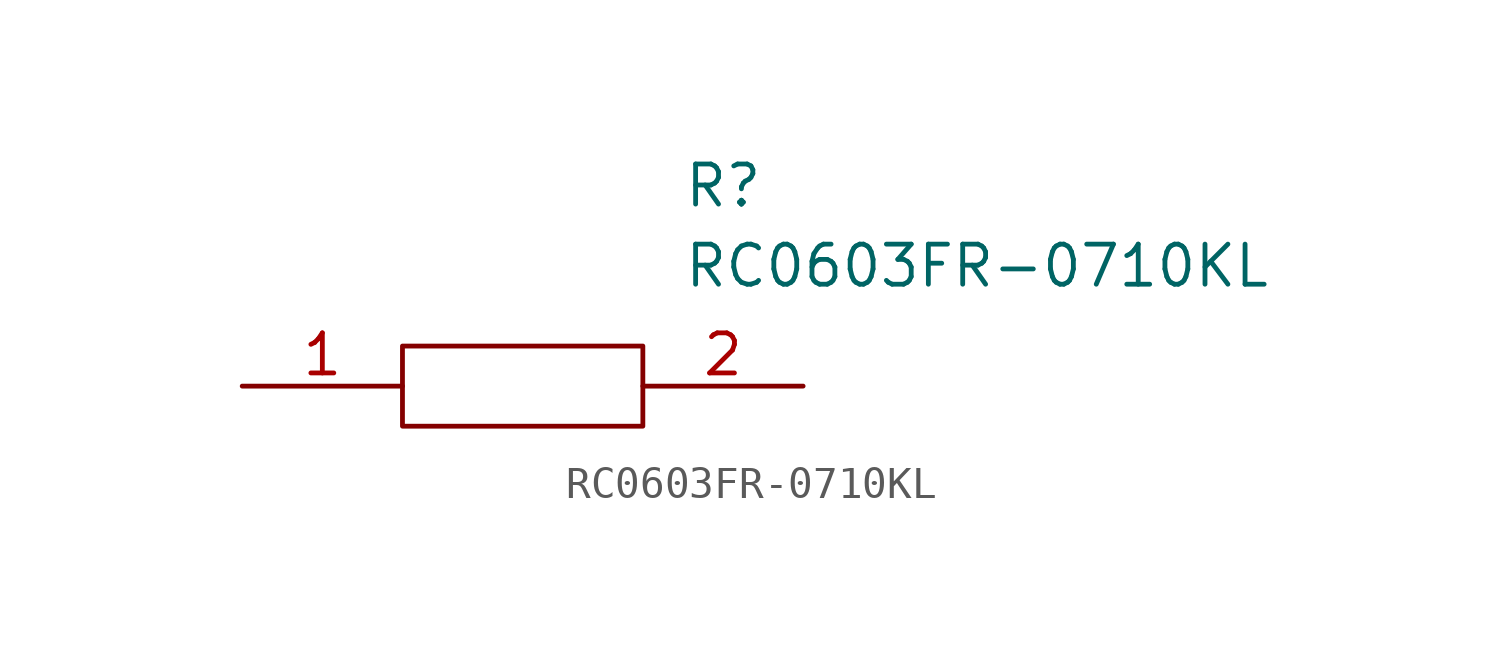
<source format=kicad_sym>
(kicad_symbol_lib
  (version 20211014)
  (generator kicad_symbol_editor)
  (symbol "RC0603FR-0710KL"
    (pin_names
      (offset 0.762))
    (property "Reference" "R"
      (at 13.97 6.35 0)
      (effects (font (size 1.27 1.27)) (justify left)))
    (property "Value" "RC0603FR-0710KL"
      (at 13.97 3.81 0)
      (effects (font (size 1.27 1.27)) (justify left)))
    (symbol "RC0603FR-0710KL_0_0"
      (pin passive line (at 0 0 0) (length 5.08) (name "~" (effects (font (size 1.27 1.27)))) (number "1" (effects (font (size 1.27 1.27)))))
      (pin passive line (at 17.78 0 180) (length 5.08) (name "~" (effects (font (size 1.27 1.27)))) (number "2" (effects (font (size 1.27 1.27))))))
    (symbol "RC0603FR-0710KL_0_1"
      (polyline (pts (xy 5.08 1.27) (xy 12.7 1.27) (xy 12.7 -1.27) (xy 5.08 -1.27) (xy 5.08 1.27)) (stroke (width 0.152) (type default) (color 0 0 0 0)) (fill (type none))))))
</source>
